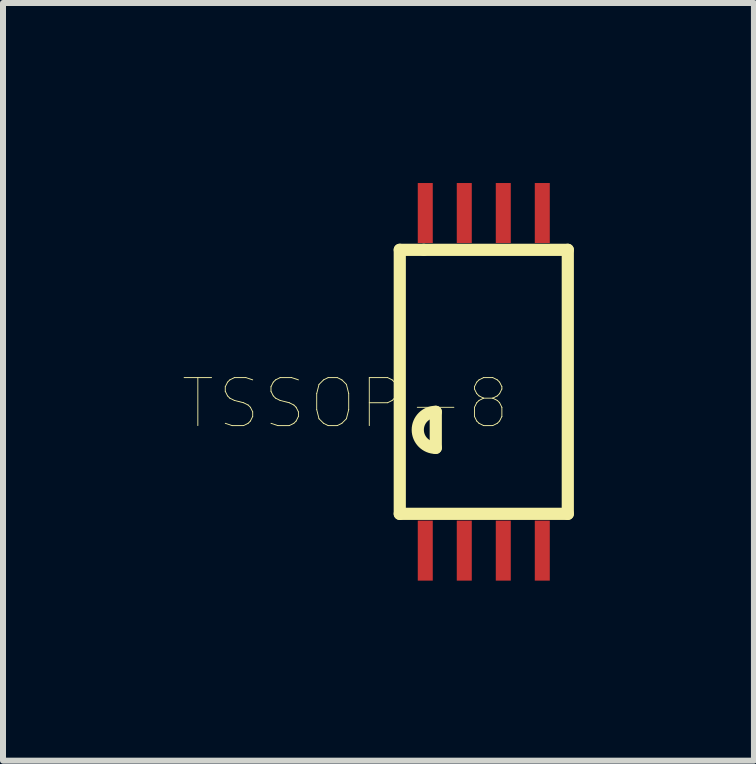
<source format=kicad_pcb>
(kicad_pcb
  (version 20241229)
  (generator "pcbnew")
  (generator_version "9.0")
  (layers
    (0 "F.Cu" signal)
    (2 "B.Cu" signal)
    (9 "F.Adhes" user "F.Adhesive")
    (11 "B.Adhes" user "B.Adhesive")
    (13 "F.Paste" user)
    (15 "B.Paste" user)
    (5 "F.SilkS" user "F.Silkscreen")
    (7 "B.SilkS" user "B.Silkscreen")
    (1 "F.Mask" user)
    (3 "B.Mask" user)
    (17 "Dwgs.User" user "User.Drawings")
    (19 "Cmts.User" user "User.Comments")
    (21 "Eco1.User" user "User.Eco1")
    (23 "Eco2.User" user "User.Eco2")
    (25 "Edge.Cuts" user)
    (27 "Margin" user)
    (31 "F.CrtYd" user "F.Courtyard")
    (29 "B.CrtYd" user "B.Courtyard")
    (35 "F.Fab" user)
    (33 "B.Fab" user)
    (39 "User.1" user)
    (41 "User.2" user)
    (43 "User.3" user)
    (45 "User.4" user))
  (footprint "TSSOP-8"
    (layer "F.Cu")
    (at 5.012 3.313)
    (property "Reference" "TSSOP-8" (at -2.308 0.36 180) (layer "F.SilkS") (effects (font (size 0.8 0.8) (thickness 0.015))))
    (attr through_hole)
    (fp_line (start -1.4 -2.2) (end -1 -2.2) (stroke (width 0.203) (type solid)) (layer "F.SilkS"))
    (fp_line (start -1.4 2.2) (end -1.4 -2.2) (stroke (width 0.203) (type solid)) (layer "F.SilkS"))
    (fp_line (start -1 -2.2) (end -1.1 -2.2) (stroke (width 0.127) (type solid)) (layer "F.SilkS"))
    (fp_line (start -1 -2.2) (end 1.4 -2.2) (stroke (width 0.203) (type solid)) (layer "F.SilkS"))
    (fp_line (start -0.8 0.5) (end -0.8 1.1) (stroke (width 0.203) (type solid)) (layer "F.SilkS"))
    (fp_line (start 1.4 -2.2) (end 1.4 2.2) (stroke (width 0.203) (type solid)) (layer "F.SilkS"))
    (fp_line (start 1.4 2.2) (end -1.4 2.2) (stroke (width 0.203) (type solid)) (layer "F.SilkS"))
    (fp_arc (start -0.8 1.1) (mid -1.1 0.8) (end -0.8 0.5) (stroke (width 0.2032) (type solid)) (layer "F.SilkS"))
    (pad "1" smd rect (at -0.975 2.813) (size 0.25 1) (layers "F.Cu" "F.Mask" "F.Paste"))
    (pad "2" smd rect (at -0.325 2.813) (size 0.25 1) (layers "F.Cu" "F.Mask" "F.Paste"))
    (pad "3" smd rect (at 0.325 2.813) (size 0.25 1) (layers "F.Cu" "F.Mask" "F.Paste"))
    (pad "4" smd rect (at 0.975 2.813) (size 0.25 1) (layers "F.Cu" "F.Mask" "F.Paste"))
    (pad "5" smd rect (at 0.975 -2.813) (size 0.25 1) (layers "F.Cu" "F.Mask" "F.Paste"))
    (pad "6" smd rect (at 0.325 -2.813) (size 0.25 1) (layers "F.Cu" "F.Mask" "F.Paste"))
    (pad "7" smd rect (at -0.325 -2.813) (size 0.25 1) (layers "F.Cu" "F.Mask" "F.Paste"))
    (pad "8" smd rect (at -0.975 -2.813) (size 0.25 1) (layers "F.Cu" "F.Mask" "F.Paste")))
  (gr_rect
    (start -3 -3)
    (end 9.514 9.626)
    (stroke (width 0.1) (type default))
    (fill no)
    (layer "Edge.Cuts")))
</source>
